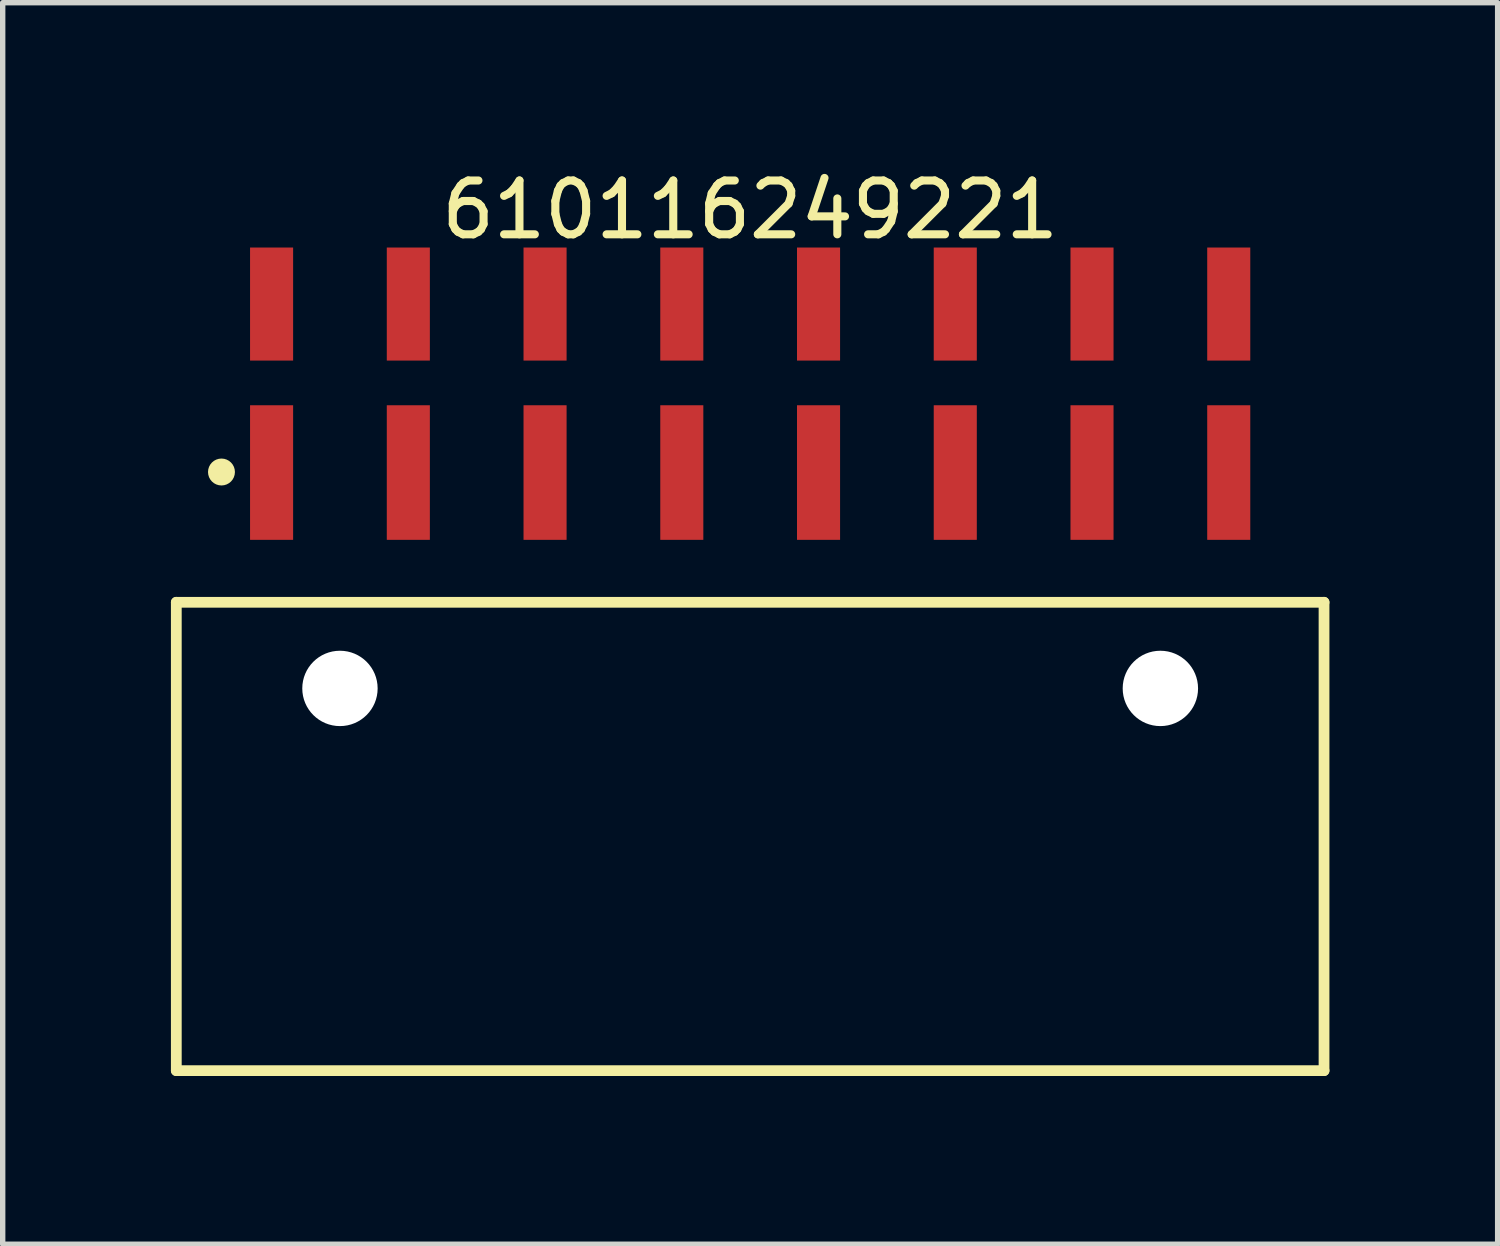
<source format=kicad_pcb>
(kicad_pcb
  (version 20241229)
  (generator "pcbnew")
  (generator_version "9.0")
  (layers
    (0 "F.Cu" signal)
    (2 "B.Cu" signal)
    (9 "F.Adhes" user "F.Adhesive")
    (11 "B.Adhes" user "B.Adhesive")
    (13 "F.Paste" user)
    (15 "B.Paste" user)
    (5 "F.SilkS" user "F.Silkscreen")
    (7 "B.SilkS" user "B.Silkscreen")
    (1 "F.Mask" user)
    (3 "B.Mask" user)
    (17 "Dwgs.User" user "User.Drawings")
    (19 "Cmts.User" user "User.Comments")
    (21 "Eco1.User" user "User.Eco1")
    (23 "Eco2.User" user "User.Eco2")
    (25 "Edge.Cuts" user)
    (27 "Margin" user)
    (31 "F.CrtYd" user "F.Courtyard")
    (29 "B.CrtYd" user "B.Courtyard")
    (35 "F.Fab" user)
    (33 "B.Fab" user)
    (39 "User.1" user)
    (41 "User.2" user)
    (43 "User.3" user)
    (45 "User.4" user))
  (footprint "610116249221"
    (layer "F.Cu")
    (at 10.885 12.488)
    (property "Reference" "610116249221" (at 0 -11.64 0) (layer "F.SilkS") (effects (font (size 1 1) (thickness 0.15))))
    (fp_line (start -10.66 -4.35) (end 10.66 -4.35) (stroke (width 0.2) (type solid)) (layer "F.SilkS"))
    (fp_line (start -10.66 4.35) (end -10.66 -4.35) (stroke (width 0.2) (type solid)) (layer "F.SilkS"))
    (fp_line (start -10.66 4.35) (end 10.66 4.35) (stroke (width 0.2) (type solid)) (layer "F.SilkS"))
    (fp_line (start 10.66 4.35) (end 10.66 -4.35) (stroke (width 0.2) (type solid)) (layer "F.SilkS"))
    (fp_circle (center -9.821 -6.77) (end -9.821 -6.895) (stroke (width 0.25) (type solid)) (fill no) (layer "F.SilkS"))
    (fp_line (start -10.86 -11.14) (end 10.86 -11.14) (stroke (width 0.05) (type solid)) (layer "Eco2.User"))
    (fp_line (start -10.86 4.55) (end -10.86 -11.14) (stroke (width 0.05) (type solid)) (layer "Eco2.User"))
    (fp_line (start -10.86 4.55) (end 10.86 4.55) (stroke (width 0.05) (type solid)) (layer "Eco2.User"))
    (fp_line (start -10.41 -4.25) (end 10.41 -4.25) (stroke (width 0.1) (type solid)) (layer "Eco2.User"))
    (fp_line (start -10.41 4.25) (end -10.41 -4.25) (stroke (width 0.1) (type solid)) (layer "Eco2.User"))
    (fp_line (start -10.41 4.25) (end 10.41 4.25) (stroke (width 0.1) (type solid)) (layer "Eco2.User"))
    (fp_line (start -9.21 -10.44) (end -8.57 -10.44) (stroke (width 0.1) (type solid)) (layer "Eco2.User"))
    (fp_line (start -9.21 -7.49) (end -8.57 -7.49) (stroke (width 0.1) (type solid)) (layer "Eco2.User"))
    (fp_line (start -9.21 -4.25) (end -9.21 -10.44) (stroke (width 0.1) (type solid)) (layer "Eco2.User"))
    (fp_line (start -8.57 -4.25) (end -8.57 -10.44) (stroke (width 0.1) (type solid)) (layer "Eco2.User"))
    (fp_line (start -6.67 -10.44) (end -6.03 -10.44) (stroke (width 0.1) (type solid)) (layer "Eco2.User"))
    (fp_line (start -6.67 -7.49) (end -6.03 -7.49) (stroke (width 0.1) (type solid)) (layer "Eco2.User"))
    (fp_line (start -6.67 -4.25) (end -6.67 -10.44) (stroke (width 0.1) (type solid)) (layer "Eco2.User"))
    (fp_line (start -6.03 -4.25) (end -6.03 -10.44) (stroke (width 0.1) (type solid)) (layer "Eco2.User"))
    (fp_line (start -4.13 -10.44) (end -3.49 -10.44) (stroke (width 0.1) (type solid)) (layer "Eco2.User"))
    (fp_line (start -4.13 -7.49) (end -3.49 -7.49) (stroke (width 0.1) (type solid)) (layer "Eco2.User"))
    (fp_line (start -4.13 -4.25) (end -4.13 -10.44) (stroke (width 0.1) (type solid)) (layer "Eco2.User"))
    (fp_line (start -3.49 -4.25) (end -3.49 -10.44) (stroke (width 0.1) (type solid)) (layer "Eco2.User"))
    (fp_line (start -1.59 -10.44) (end -0.95 -10.44) (stroke (width 0.1) (type solid)) (layer "Eco2.User"))
    (fp_line (start -1.59 -7.49) (end -0.95 -7.49) (stroke (width 0.1) (type solid)) (layer "Eco2.User"))
    (fp_line (start -1.59 -4.25) (end -1.59 -10.44) (stroke (width 0.1) (type solid)) (layer "Eco2.User"))
    (fp_line (start -0.95 -4.25) (end -0.95 -10.44) (stroke (width 0.1) (type solid)) (layer "Eco2.User"))
    (fp_line (start -0.5 0) (end 0.5 0) (stroke (width 0.05) (type solid)) (layer "Eco2.User"))
    (fp_line (start 0 0.5) (end 0 -0.5) (stroke (width 0.05) (type solid)) (layer "Eco2.User"))
    (fp_line (start 0.95 -10.44) (end 1.59 -10.44) (stroke (width 0.1) (type solid)) (layer "Eco2.User"))
    (fp_line (start 0.95 -7.49) (end 1.59 -7.49) (stroke (width 0.1) (type solid)) (layer "Eco2.User"))
    (fp_line (start 0.95 -4.25) (end 0.95 -10.44) (stroke (width 0.1) (type solid)) (layer "Eco2.User"))
    (fp_line (start 1.59 -4.25) (end 1.59 -10.44) (stroke (width 0.1) (type solid)) (layer "Eco2.User"))
    (fp_line (start 3.49 -10.44) (end 4.13 -10.44) (stroke (width 0.1) (type solid)) (layer "Eco2.User"))
    (fp_line (start 3.49 -7.49) (end 4.13 -7.49) (stroke (width 0.1) (type solid)) (layer "Eco2.User"))
    (fp_line (start 3.49 -4.25) (end 3.49 -10.44) (stroke (width 0.1) (type solid)) (layer "Eco2.User"))
    (fp_line (start 4.13 -4.25) (end 4.13 -10.44) (stroke (width 0.1) (type solid)) (layer "Eco2.User"))
    (fp_line (start 6.03 -10.44) (end 6.67 -10.44) (stroke (width 0.1) (type solid)) (layer "Eco2.User"))
    (fp_line (start 6.03 -7.49) (end 6.67 -7.49) (stroke (width 0.1) (type solid)) (layer "Eco2.User"))
    (fp_line (start 6.03 -4.25) (end 6.03 -10.44) (stroke (width 0.1) (type solid)) (layer "Eco2.User"))
    (fp_line (start 6.67 -4.25) (end 6.67 -10.44) (stroke (width 0.1) (type solid)) (layer "Eco2.User"))
    (fp_line (start 8.57 -10.44) (end 9.21 -10.44) (stroke (width 0.1) (type solid)) (layer "Eco2.User"))
    (fp_line (start 8.57 -7.49) (end 9.21 -7.49) (stroke (width 0.1) (type solid)) (layer "Eco2.User"))
    (fp_line (start 8.57 -4.25) (end 8.57 -10.44) (stroke (width 0.1) (type solid)) (layer "Eco2.User"))
    (fp_line (start 9.21 -4.25) (end 9.21 -10.44) (stroke (width 0.1) (type solid)) (layer "Eco2.User"))
    (fp_line (start 10.41 4.25) (end 10.41 -4.25) (stroke (width 0.1) (type solid)) (layer "Eco2.User"))
    (fp_line (start 10.86 4.55) (end 10.86 -11.14) (stroke (width 0.05) (type solid)) (layer "Eco2.User"))
    (fp_text user "${REFERENCE}" (at 0.15 -0.197 0) (unlocked yes) (layer "User.3") (effects (font (size 1.5 1.5) (thickness 0.15))))
    (pad "" np_thru_hole circle (at -7.62 -2.75) (size 1.4 1.4) (drill 1.4) (layers "*.Cu" "*.Mask"))
    (pad "" np_thru_hole circle (at 7.62 -2.75) (size 1.4 1.4) (drill 1.4) (layers "*.Cu" "*.Mask"))
    (pad "1" smd rect (at -8.89 -6.76) (size 0.8 2.5) (layers "F.Cu" "F.Mask" "F.Paste"))
    (pad "2" smd rect (at -8.89 -9.89) (size 0.8 2.1) (layers "F.Cu" "F.Mask" "F.Paste"))
    (pad "3" smd rect (at -6.35 -6.76) (size 0.8 2.5) (layers "F.Cu" "F.Mask" "F.Paste"))
    (pad "4" smd rect (at -6.35 -9.89) (size 0.8 2.1) (layers "F.Cu" "F.Mask" "F.Paste"))
    (pad "5" smd rect (at -3.81 -6.76) (size 0.8 2.5) (layers "F.Cu" "F.Mask" "F.Paste"))
    (pad "6" smd rect (at -3.81 -9.89) (size 0.8 2.1) (layers "F.Cu" "F.Mask" "F.Paste"))
    (pad "7" smd rect (at -1.27 -6.76) (size 0.8 2.5) (layers "F.Cu" "F.Mask" "F.Paste"))
    (pad "8" smd rect (at -1.27 -9.89) (size 0.8 2.1) (layers "F.Cu" "F.Mask" "F.Paste"))
    (pad "9" smd rect (at 1.27 -6.76) (size 0.8 2.5) (layers "F.Cu" "F.Mask" "F.Paste"))
    (pad "10" smd rect (at 1.27 -9.89) (size 0.8 2.1) (layers "F.Cu" "F.Mask" "F.Paste"))
    (pad "11" smd rect (at 3.81 -6.76) (size 0.8 2.5) (layers "F.Cu" "F.Mask" "F.Paste"))
    (pad "12" smd rect (at 3.81 -9.89) (size 0.8 2.1) (layers "F.Cu" "F.Mask" "F.Paste"))
    (pad "13" smd rect (at 6.35 -6.76) (size 0.8 2.5) (layers "F.Cu" "F.Mask" "F.Paste"))
    (pad "14" smd rect (at 6.35 -9.89) (size 0.8 2.1) (layers "F.Cu" "F.Mask" "F.Paste"))
    (pad "15" smd rect (at 8.89 -6.76) (size 0.8 2.5) (layers "F.Cu" "F.Mask" "F.Paste"))
    (pad "16" smd rect (at 8.89 -9.89) (size 0.8 2.1) (layers "F.Cu" "F.Mask" "F.Paste")))
  (gr_rect
    (start -3 -3)
    (end 24.77 20.063)
    (stroke (width 0.1) (type default))
    (fill no)
    (layer "Edge.Cuts")))
</source>
